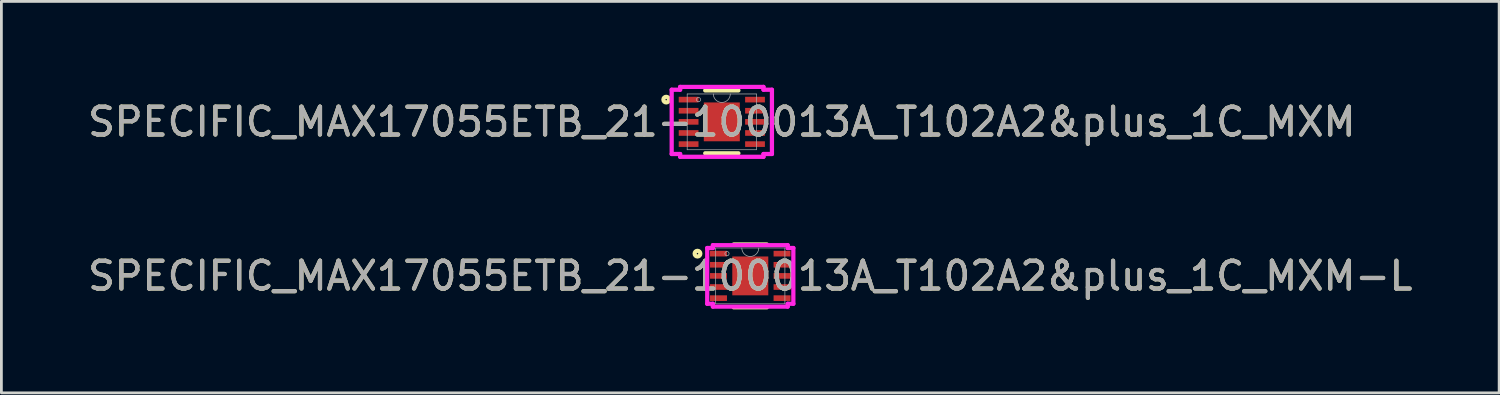
<source format=kicad_pcb>
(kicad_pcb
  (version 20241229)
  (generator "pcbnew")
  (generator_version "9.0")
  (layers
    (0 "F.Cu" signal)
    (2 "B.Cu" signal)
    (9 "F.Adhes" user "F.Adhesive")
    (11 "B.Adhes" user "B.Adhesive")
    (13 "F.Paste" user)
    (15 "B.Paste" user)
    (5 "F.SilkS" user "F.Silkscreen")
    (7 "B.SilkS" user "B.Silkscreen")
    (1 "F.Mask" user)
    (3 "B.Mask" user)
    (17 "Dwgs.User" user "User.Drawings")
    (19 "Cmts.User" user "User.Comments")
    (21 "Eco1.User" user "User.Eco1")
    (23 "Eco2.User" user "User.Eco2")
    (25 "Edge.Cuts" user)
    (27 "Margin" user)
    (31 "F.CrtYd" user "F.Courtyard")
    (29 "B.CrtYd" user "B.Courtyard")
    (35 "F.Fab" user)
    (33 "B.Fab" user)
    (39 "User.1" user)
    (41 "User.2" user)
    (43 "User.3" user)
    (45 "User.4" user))
  (footprint "SPECIFIC_MAX17055ETB_21-100013A_T102A2&plus_1C_MXM"
    (layer "F.Cu")
    (at 22.911 1.333)
    (property "Reference" "SPECIFIC_MAX17055ETB_21-100013A_T102A2&plus_1C_MXM" (at 0 0 0) (unlocked yes) (layer "F.SilkS") (effects (font (size 1 1) (thickness 0.15))))
    (attr smd)
    (fp_line (start -0.597 1.13) (end 0.597 1.13) (stroke (width 0.152) (type solid)) (layer "F.SilkS"))
    (fp_line (start 0.597 -1.13) (end -0.597 -1.13) (stroke (width 0.152) (type solid)) (layer "F.SilkS"))
    (fp_circle (center -2 -0.8) (end -1.899 -0.8) (stroke (width 0.152) (type solid)) (fill no) (layer "F.SilkS"))
    (fp_line (start -1.803 -1.156) (end -1.499 -1.156) (stroke (width 0.152) (type solid)) (layer "F.CrtYd"))
    (fp_line (start -1.803 1.156) (end -1.803 -1.156) (stroke (width 0.152) (type solid)) (layer "F.CrtYd"))
    (fp_line (start -1.803 1.156) (end -1.499 1.156) (stroke (width 0.152) (type solid)) (layer "F.CrtYd"))
    (fp_line (start -1.499 -1.257) (end 1.499 -1.257) (stroke (width 0.152) (type solid)) (layer "F.CrtYd"))
    (fp_line (start -1.499 -1.156) (end -1.499 -1.257) (stroke (width 0.152) (type solid)) (layer "F.CrtYd"))
    (fp_line (start -1.499 1.257) (end -1.499 1.156) (stroke (width 0.152) (type solid)) (layer "F.CrtYd"))
    (fp_line (start 1.499 -1.257) (end 1.499 -1.156) (stroke (width 0.152) (type solid)) (layer "F.CrtYd"))
    (fp_line (start 1.499 1.156) (end 1.499 1.257) (stroke (width 0.152) (type solid)) (layer "F.CrtYd"))
    (fp_line (start 1.499 1.257) (end -1.499 1.257) (stroke (width 0.152) (type solid)) (layer "F.CrtYd"))
    (fp_line (start 1.803 -1.156) (end 1.499 -1.156) (stroke (width 0.152) (type solid)) (layer "F.CrtYd"))
    (fp_line (start 1.803 -1.156) (end 1.803 1.156) (stroke (width 0.152) (type solid)) (layer "F.CrtYd"))
    (fp_line (start 1.803 1.156) (end 1.499 1.156) (stroke (width 0.152) (type solid)) (layer "F.CrtYd"))
    (fp_line (start -1.245 -1.003) (end -1.245 1.003) (stroke (width 0.025) (type solid)) (layer "F.Fab"))
    (fp_line (start -1.245 1.003) (end 1.245 1.003) (stroke (width 0.025) (type solid)) (layer "F.Fab"))
    (fp_line (start 1.245 -1.003) (end -1.245 -1.003) (stroke (width 0.025) (type solid)) (layer "F.Fab"))
    (fp_line (start 1.245 1.003) (end 1.245 -1.003) (stroke (width 0.025) (type solid)) (layer "F.Fab"))
    (fp_arc (start 0.3048 -1.0033) (mid 0 -0.6985) (end -0.3048 -1.0033) (stroke (width 0.0254) (type solid)) (layer "F.Fab"))
    (fp_circle (center -0.838 -0.8) (end -0.762 -0.8) (stroke (width 0.025) (type solid)) (fill no) (layer "F.Fab"))
    (fp_text user "${REFERENCE}" (at 0 0 0) (unlocked yes) (layer "F.Fab") (effects (font (size 1 1) (thickness 0.15))))
    (pad "1" smd rect (at -1.194 -0.8) (size 0.711 0.203) (layers "F.Cu" "F.Mask" "F.Paste"))
    (pad "2" smd rect (at -1.194 -0.4) (size 0.711 0.203) (layers "F.Cu" "F.Mask" "F.Paste"))
    (pad "3" smd rect (at -1.194 0) (size 0.711 0.203) (layers "F.Cu" "F.Mask" "F.Paste"))
    (pad "4" smd rect (at -1.194 0.4) (size 0.711 0.203) (layers "F.Cu" "F.Mask" "F.Paste"))
    (pad "5" smd rect (at -1.194 0.8) (size 0.711 0.203) (layers "F.Cu" "F.Mask" "F.Paste"))
    (pad "6" smd rect (at 1.194 0.8) (size 0.711 0.203) (layers "F.Cu" "F.Mask" "F.Paste"))
    (pad "7" smd rect (at 1.194 0.4) (size 0.711 0.203) (layers "F.Cu" "F.Mask" "F.Paste"))
    (pad "8" smd rect (at 1.194 0) (size 0.711 0.203) (layers "F.Cu" "F.Mask" "F.Paste"))
    (pad "9" smd rect (at 1.194 -0.4) (size 0.711 0.203) (layers "F.Cu" "F.Mask" "F.Paste"))
    (pad "10" smd rect (at 1.194 -0.8) (size 0.711 0.203) (layers "F.Cu" "F.Mask" "F.Paste"))
    (pad "11" smd rect (at 0 0) (size 1.295 1.397) (layers "F.Cu" "F.Mask" "F.Paste")))
  (footprint "SPECIFIC_MAX17055ETB_21-100013A_T102A2&plus_1C_MXM-L"
    (layer "F.Cu")
    (at 23.935 6.873)
    (property "Reference" "SPECIFIC_MAX17055ETB_21-100013A_T102A2&plus_1C_MXM-L" (at 0 0 0) (unlocked yes) (layer "F.SilkS") (effects (font (size 1 1) (thickness 0.15))))
    (attr smd)
    (fp_line (start -0.597 1.13) (end 0.597 1.13) (stroke (width 0.152) (type solid)) (layer "F.SilkS"))
    (fp_line (start 0.597 -1.13) (end -0.597 -1.13) (stroke (width 0.152) (type solid)) (layer "F.SilkS"))
    (fp_circle (center -1.899 -0.8) (end -1.797 -0.8) (stroke (width 0.152) (type solid)) (fill no) (layer "F.SilkS"))
    (fp_line (start -1.549 -1.003) (end -1.346 -1.003) (stroke (width 0.152) (type solid)) (layer "F.CrtYd"))
    (fp_line (start -1.549 1.003) (end -1.549 -1.003) (stroke (width 0.152) (type solid)) (layer "F.CrtYd"))
    (fp_line (start -1.549 1.003) (end -1.346 1.003) (stroke (width 0.152) (type solid)) (layer "F.CrtYd"))
    (fp_line (start -1.346 -1.105) (end 1.346 -1.105) (stroke (width 0.152) (type solid)) (layer "F.CrtYd"))
    (fp_line (start -1.346 -1.003) (end -1.346 -1.105) (stroke (width 0.152) (type solid)) (layer "F.CrtYd"))
    (fp_line (start -1.346 1.105) (end -1.346 1.003) (stroke (width 0.152) (type solid)) (layer "F.CrtYd"))
    (fp_line (start 1.346 -1.105) (end 1.346 -1.003) (stroke (width 0.152) (type solid)) (layer "F.CrtYd"))
    (fp_line (start 1.346 1.003) (end 1.346 1.105) (stroke (width 0.152) (type solid)) (layer "F.CrtYd"))
    (fp_line (start 1.346 1.105) (end -1.346 1.105) (stroke (width 0.152) (type solid)) (layer "F.CrtYd"))
    (fp_line (start 1.549 -1.003) (end 1.346 -1.003) (stroke (width 0.152) (type solid)) (layer "F.CrtYd"))
    (fp_line (start 1.549 -1.003) (end 1.549 1.003) (stroke (width 0.152) (type solid)) (layer "F.CrtYd"))
    (fp_line (start 1.549 1.003) (end 1.346 1.003) (stroke (width 0.152) (type solid)) (layer "F.CrtYd"))
    (fp_line (start -1.245 -1.003) (end -1.245 1.003) (stroke (width 0.025) (type solid)) (layer "F.Fab"))
    (fp_line (start -1.245 1.003) (end 1.245 1.003) (stroke (width 0.025) (type solid)) (layer "F.Fab"))
    (fp_line (start 1.245 -1.003) (end -1.245 -1.003) (stroke (width 0.025) (type solid)) (layer "F.Fab"))
    (fp_line (start 1.245 1.003) (end 1.245 -1.003) (stroke (width 0.025) (type solid)) (layer "F.Fab"))
    (fp_arc (start 0.3048 -1.0033) (mid 0 -0.6985) (end -0.3048 -1.0033) (stroke (width 0.0254) (type solid)) (layer "F.Fab"))
    (fp_circle (center -0.838 -0.8) (end -0.762 -0.8) (stroke (width 0.025) (type solid)) (fill no) (layer "F.Fab"))
    (fp_text user "${REFERENCE}" (at 0 0 0) (unlocked yes) (layer "F.Fab") (effects (font (size 1 1) (thickness 0.15))))
    (pad "1" smd rect (at -1.143 -0.8) (size 0.61 0.203) (layers "F.Cu" "F.Mask" "F.Paste"))
    (pad "2" smd rect (at -1.143 -0.4) (size 0.61 0.203) (layers "F.Cu" "F.Mask" "F.Paste"))
    (pad "3" smd rect (at -1.143 0) (size 0.61 0.203) (layers "F.Cu" "F.Mask" "F.Paste"))
    (pad "4" smd rect (at -1.143 0.4) (size 0.61 0.203) (layers "F.Cu" "F.Mask" "F.Paste"))
    (pad "5" smd rect (at -1.143 0.8) (size 0.61 0.203) (layers "F.Cu" "F.Mask" "F.Paste"))
    (pad "6" smd rect (at 1.143 0.8) (size 0.61 0.203) (layers "F.Cu" "F.Mask" "F.Paste"))
    (pad "7" smd rect (at 1.143 0.4) (size 0.61 0.203) (layers "F.Cu" "F.Mask" "F.Paste"))
    (pad "8" smd rect (at 1.143 0) (size 0.61 0.203) (layers "F.Cu" "F.Mask" "F.Paste"))
    (pad "9" smd rect (at 1.143 -0.4) (size 0.61 0.203) (layers "F.Cu" "F.Mask" "F.Paste"))
    (pad "10" smd rect (at 1.143 -0.8) (size 0.61 0.203) (layers "F.Cu" "F.Mask" "F.Paste"))
    (pad "11" smd rect (at 0 0) (size 1.295 1.397) (layers "F.Cu" "F.Mask" "F.Paste")))
  (gr_rect
    (start -3 -3)
    (end 50.869 11.08)
    (stroke (width 0.1) (type default))
    (fill no)
    (layer "Edge.Cuts")))
</source>
